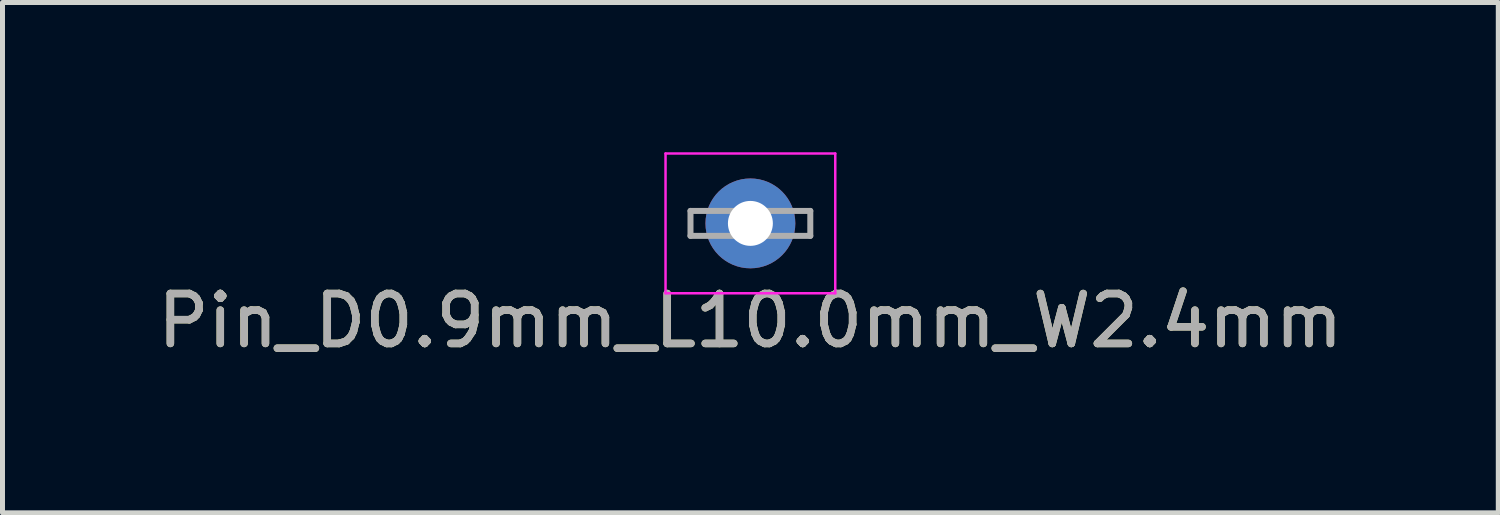
<source format=kicad_pcb>
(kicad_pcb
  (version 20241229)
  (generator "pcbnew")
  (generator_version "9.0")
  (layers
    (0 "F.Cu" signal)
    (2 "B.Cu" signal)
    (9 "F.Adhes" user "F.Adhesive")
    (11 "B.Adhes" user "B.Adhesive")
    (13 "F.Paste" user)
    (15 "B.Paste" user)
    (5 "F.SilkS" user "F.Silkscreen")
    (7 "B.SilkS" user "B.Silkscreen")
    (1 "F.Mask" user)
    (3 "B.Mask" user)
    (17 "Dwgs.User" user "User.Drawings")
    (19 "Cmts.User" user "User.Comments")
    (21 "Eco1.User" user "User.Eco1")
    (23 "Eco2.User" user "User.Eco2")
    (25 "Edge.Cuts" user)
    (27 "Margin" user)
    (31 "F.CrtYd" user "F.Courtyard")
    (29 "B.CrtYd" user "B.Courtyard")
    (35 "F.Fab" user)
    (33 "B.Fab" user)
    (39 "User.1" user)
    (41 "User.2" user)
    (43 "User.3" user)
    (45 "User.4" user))
  (footprint "Pin_D0.9mm_L10.0mm_W2.4mm"
    (layer "F.Cu")
    (at 11.982 1.425)
    (property "Reference" "Pin_D0.9mm_L10.0mm_W2.4mm" (at 0 1.95 0) (layer "F.SilkS") (effects (font (size 1 1) (thickness 0.15))))
    (attr through_hole)
    (fp_line (start -1.7 -1.4) (end -1.7 1.4) (stroke (width 0.05) (type solid)) (layer "F.CrtYd"))
    (fp_line (start -1.7 -1.4) (end 1.7 -1.4) (stroke (width 0.05) (type solid)) (layer "F.CrtYd"))
    (fp_line (start 1.7 1.4) (end -1.7 1.4) (stroke (width 0.05) (type solid)) (layer "F.CrtYd"))
    (fp_line (start 1.7 1.4) (end 1.7 -1.4) (stroke (width 0.05) (type solid)) (layer "F.CrtYd"))
    (fp_line (start -1.2 -0.25) (end -1.2 0.25) (stroke (width 0.12) (type solid)) (layer "F.Fab"))
    (fp_line (start -1.2 0.25) (end 1.2 0.25) (stroke (width 0.12) (type solid)) (layer "F.Fab"))
    (fp_line (start 1.2 -0.25) (end -1.2 -0.25) (stroke (width 0.12) (type solid)) (layer "F.Fab"))
    (fp_line (start 1.2 0.25) (end 1.2 -0.25) (stroke (width 0.12) (type solid)) (layer "F.Fab"))
    (fp_text user "${REFERENCE}" (at 0 1.95 0) (layer "F.Fab") (effects (font (size 1 1) (thickness 0.15))))
    (pad "1" thru_hole circle (at 0 0) (size 1.8 1.8) (drill 0.9) (layers "*.Cu" "*.Mask")))
  (gr_rect
    (start -3 -3)
    (end 26.964 7.223)
    (stroke (width 0.1) (type default))
    (fill no)
    (layer "Edge.Cuts")))
</source>
